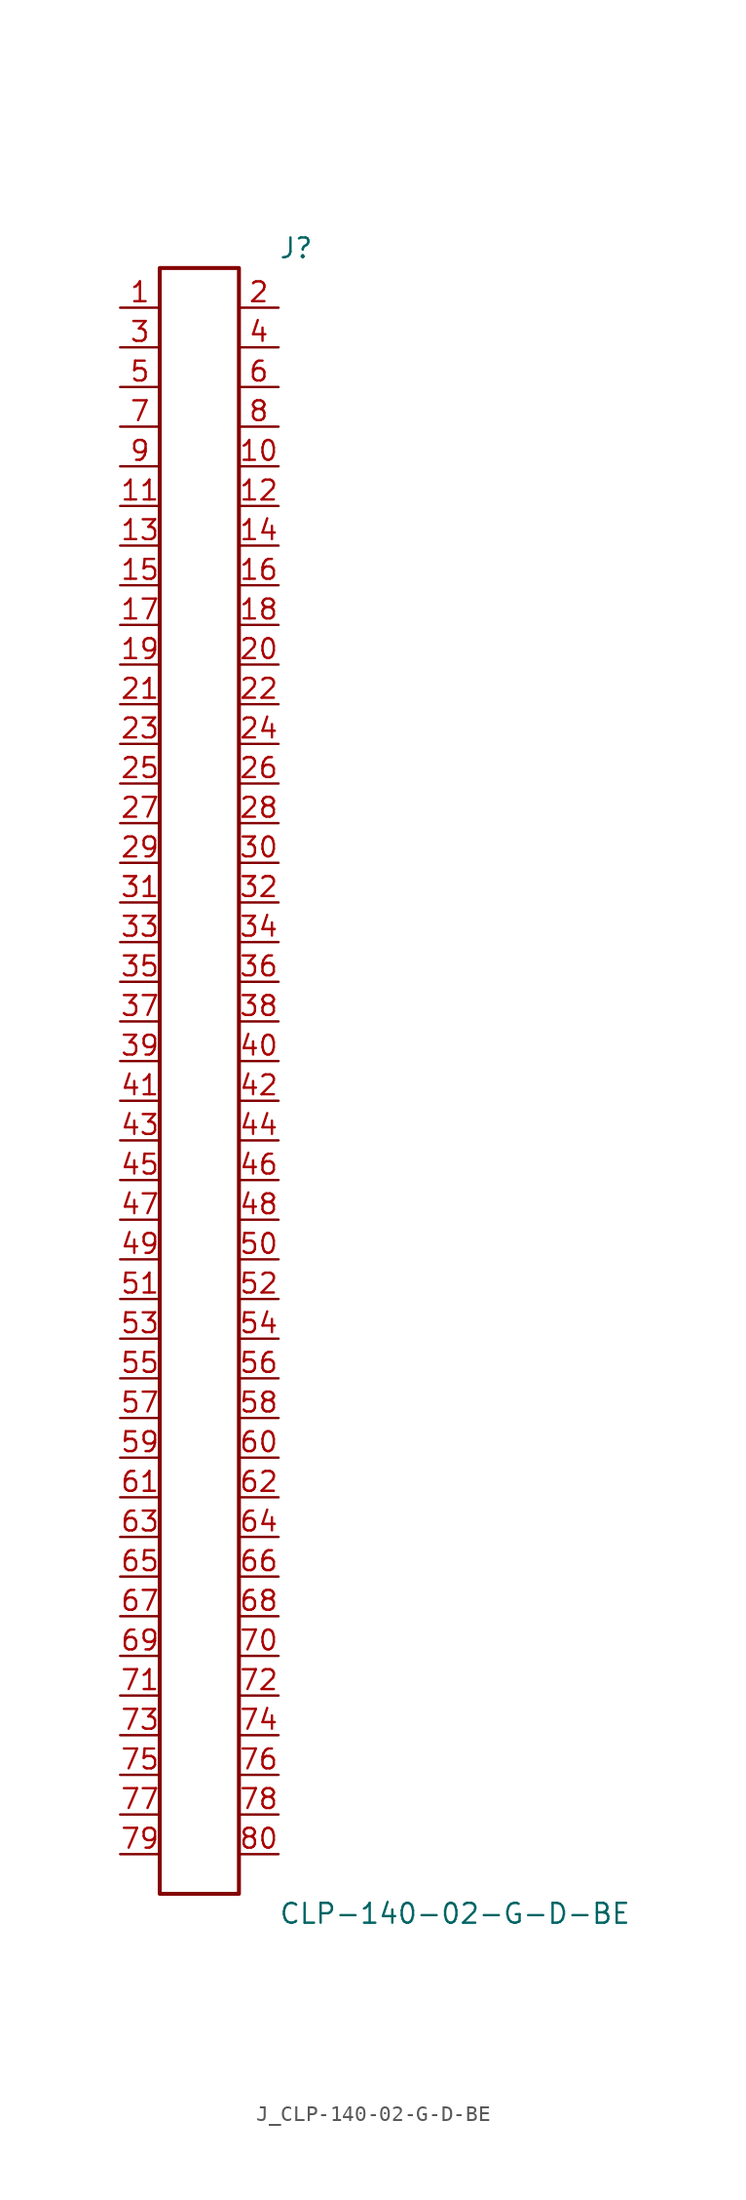
<source format=kicad_sym>
(kicad_symbol_lib
  (version 20231120)
  (generator kicad_symbol_editor)
  (generator_version 8.0)
  (symbol "J_CLP-140-02-G-D-BE"
    (pin_names
      (offset 0.254))
    (property "Reference" "J"
      (at 5.08 53.34 0)
      (effects (font (size 1.27 1.27)) (justify left)))
    (property "Value" "CLP-140-02-G-D-BE"
      (at 5.08 -53.34 0)
      (effects (font (size 1.27 1.27)) (justify left)))
    (symbol "J_CLP-140-02-G-D-BE_0_0"
      (pin passive line (at -5.08 49.53 0) (length 2.54) (name "" (effects (font (size 1.27 1.27)))) (number "1" (effects (font (size 1.27 1.27)))))
      (pin passive line (at 5.08 49.53 180) (length 2.54) (name "" (effects (font (size 1.27 1.27)))) (number "2" (effects (font (size 1.27 1.27)))))
      (pin passive line (at -5.08 46.99 0) (length 2.54) (name "" (effects (font (size 1.27 1.27)))) (number "3" (effects (font (size 1.27 1.27)))))
      (pin passive line (at 5.08 46.99 180) (length 2.54) (name "" (effects (font (size 1.27 1.27)))) (number "4" (effects (font (size 1.27 1.27)))))
      (pin passive line (at -5.08 44.45 0) (length 2.54) (name "" (effects (font (size 1.27 1.27)))) (number "5" (effects (font (size 1.27 1.27)))))
      (pin passive line (at 5.08 44.45 180) (length 2.54) (name "" (effects (font (size 1.27 1.27)))) (number "6" (effects (font (size 1.27 1.27)))))
      (pin passive line (at -5.08 41.91 0) (length 2.54) (name "" (effects (font (size 1.27 1.27)))) (number "7" (effects (font (size 1.27 1.27)))))
      (pin passive line (at 5.08 41.91 180) (length 2.54) (name "" (effects (font (size 1.27 1.27)))) (number "8" (effects (font (size 1.27 1.27)))))
      (pin passive line (at -5.08 39.37 0) (length 2.54) (name "" (effects (font (size 1.27 1.27)))) (number "9" (effects (font (size 1.27 1.27)))))
      (pin passive line (at 5.08 39.37 180) (length 2.54) (name "" (effects (font (size 1.27 1.27)))) (number "10" (effects (font (size 1.27 1.27)))))
      (pin passive line (at -5.08 36.83 0) (length 2.54) (name "" (effects (font (size 1.27 1.27)))) (number "11" (effects (font (size 1.27 1.27)))))
      (pin passive line (at 5.08 36.83 180) (length 2.54) (name "" (effects (font (size 1.27 1.27)))) (number "12" (effects (font (size 1.27 1.27)))))
      (pin passive line (at -5.08 34.29 0) (length 2.54) (name "" (effects (font (size 1.27 1.27)))) (number "13" (effects (font (size 1.27 1.27)))))
      (pin passive line (at 5.08 34.29 180) (length 2.54) (name "" (effects (font (size 1.27 1.27)))) (number "14" (effects (font (size 1.27 1.27)))))
      (pin passive line (at -5.08 31.75 0) (length 2.54) (name "" (effects (font (size 1.27 1.27)))) (number "15" (effects (font (size 1.27 1.27)))))
      (pin passive line (at 5.08 31.75 180) (length 2.54) (name "" (effects (font (size 1.27 1.27)))) (number "16" (effects (font (size 1.27 1.27)))))
      (pin passive line (at -5.08 29.21 0) (length 2.54) (name "" (effects (font (size 1.27 1.27)))) (number "17" (effects (font (size 1.27 1.27)))))
      (pin passive line (at 5.08 29.21 180) (length 2.54) (name "" (effects (font (size 1.27 1.27)))) (number "18" (effects (font (size 1.27 1.27)))))
      (pin passive line (at -5.08 26.67 0) (length 2.54) (name "" (effects (font (size 1.27 1.27)))) (number "19" (effects (font (size 1.27 1.27)))))
      (pin passive line (at 5.08 26.67 180) (length 2.54) (name "" (effects (font (size 1.27 1.27)))) (number "20" (effects (font (size 1.27 1.27)))))
      (pin passive line (at -5.08 24.13 0) (length 2.54) (name "" (effects (font (size 1.27 1.27)))) (number "21" (effects (font (size 1.27 1.27)))))
      (pin passive line (at 5.08 24.13 180) (length 2.54) (name "" (effects (font (size 1.27 1.27)))) (number "22" (effects (font (size 1.27 1.27)))))
      (pin passive line (at -5.08 21.59 0) (length 2.54) (name "" (effects (font (size 1.27 1.27)))) (number "23" (effects (font (size 1.27 1.27)))))
      (pin passive line (at 5.08 21.59 180) (length 2.54) (name "" (effects (font (size 1.27 1.27)))) (number "24" (effects (font (size 1.27 1.27)))))
      (pin passive line (at -5.08 19.05 0) (length 2.54) (name "" (effects (font (size 1.27 1.27)))) (number "25" (effects (font (size 1.27 1.27)))))
      (pin passive line (at 5.08 19.05 180) (length 2.54) (name "" (effects (font (size 1.27 1.27)))) (number "26" (effects (font (size 1.27 1.27)))))
      (pin passive line (at -5.08 16.51 0) (length 2.54) (name "" (effects (font (size 1.27 1.27)))) (number "27" (effects (font (size 1.27 1.27)))))
      (pin passive line (at 5.08 16.51 180) (length 2.54) (name "" (effects (font (size 1.27 1.27)))) (number "28" (effects (font (size 1.27 1.27)))))
      (pin passive line (at -5.08 13.97 0) (length 2.54) (name "" (effects (font (size 1.27 1.27)))) (number "29" (effects (font (size 1.27 1.27)))))
      (pin passive line (at 5.08 13.97 180) (length 2.54) (name "" (effects (font (size 1.27 1.27)))) (number "30" (effects (font (size 1.27 1.27)))))
      (pin passive line (at -5.08 11.43 0) (length 2.54) (name "" (effects (font (size 1.27 1.27)))) (number "31" (effects (font (size 1.27 1.27)))))
      (pin passive line (at 5.08 11.43 180) (length 2.54) (name "" (effects (font (size 1.27 1.27)))) (number "32" (effects (font (size 1.27 1.27)))))
      (pin passive line (at -5.08 8.89 0) (length 2.54) (name "" (effects (font (size 1.27 1.27)))) (number "33" (effects (font (size 1.27 1.27)))))
      (pin passive line (at 5.08 8.89 180) (length 2.54) (name "" (effects (font (size 1.27 1.27)))) (number "34" (effects (font (size 1.27 1.27)))))
      (pin passive line (at -5.08 6.35 0) (length 2.54) (name "" (effects (font (size 1.27 1.27)))) (number "35" (effects (font (size 1.27 1.27)))))
      (pin passive line (at 5.08 6.35 180) (length 2.54) (name "" (effects (font (size 1.27 1.27)))) (number "36" (effects (font (size 1.27 1.27)))))
      (pin passive line (at -5.08 3.81 0) (length 2.54) (name "" (effects (font (size 1.27 1.27)))) (number "37" (effects (font (size 1.27 1.27)))))
      (pin passive line (at 5.08 3.81 180) (length 2.54) (name "" (effects (font (size 1.27 1.27)))) (number "38" (effects (font (size 1.27 1.27)))))
      (pin passive line (at -5.08 1.27 0) (length 2.54) (name "" (effects (font (size 1.27 1.27)))) (number "39" (effects (font (size 1.27 1.27)))))
      (pin passive line (at 5.08 1.27 180) (length 2.54) (name "" (effects (font (size 1.27 1.27)))) (number "40" (effects (font (size 1.27 1.27)))))
      (pin passive line (at -5.08 -1.27 0) (length 2.54) (name "" (effects (font (size 1.27 1.27)))) (number "41" (effects (font (size 1.27 1.27)))))
      (pin passive line (at 5.08 -1.27 180) (length 2.54) (name "" (effects (font (size 1.27 1.27)))) (number "42" (effects (font (size 1.27 1.27)))))
      (pin passive line (at -5.08 -3.81 0) (length 2.54) (name "" (effects (font (size 1.27 1.27)))) (number "43" (effects (font (size 1.27 1.27)))))
      (pin passive line (at 5.08 -3.81 180) (length 2.54) (name "" (effects (font (size 1.27 1.27)))) (number "44" (effects (font (size 1.27 1.27)))))
      (pin passive line (at -5.08 -6.35 0) (length 2.54) (name "" (effects (font (size 1.27 1.27)))) (number "45" (effects (font (size 1.27 1.27)))))
      (pin passive line (at 5.08 -6.35 180) (length 2.54) (name "" (effects (font (size 1.27 1.27)))) (number "46" (effects (font (size 1.27 1.27)))))
      (pin passive line (at -5.08 -8.89 0) (length 2.54) (name "" (effects (font (size 1.27 1.27)))) (number "47" (effects (font (size 1.27 1.27)))))
      (pin passive line (at 5.08 -8.89 180) (length 2.54) (name "" (effects (font (size 1.27 1.27)))) (number "48" (effects (font (size 1.27 1.27)))))
      (pin passive line (at -5.08 -11.43 0) (length 2.54) (name "" (effects (font (size 1.27 1.27)))) (number "49" (effects (font (size 1.27 1.27)))))
      (pin passive line (at 5.08 -11.43 180) (length 2.54) (name "" (effects (font (size 1.27 1.27)))) (number "50" (effects (font (size 1.27 1.27)))))
      (pin passive line (at -5.08 -13.97 0) (length 2.54) (name "" (effects (font (size 1.27 1.27)))) (number "51" (effects (font (size 1.27 1.27)))))
      (pin passive line (at 5.08 -13.97 180) (length 2.54) (name "" (effects (font (size 1.27 1.27)))) (number "52" (effects (font (size 1.27 1.27)))))
      (pin passive line (at -5.08 -16.51 0) (length 2.54) (name "" (effects (font (size 1.27 1.27)))) (number "53" (effects (font (size 1.27 1.27)))))
      (pin passive line (at 5.08 -16.51 180) (length 2.54) (name "" (effects (font (size 1.27 1.27)))) (number "54" (effects (font (size 1.27 1.27)))))
      (pin passive line (at -5.08 -19.05 0) (length 2.54) (name "" (effects (font (size 1.27 1.27)))) (number "55" (effects (font (size 1.27 1.27)))))
      (pin passive line (at 5.08 -19.05 180) (length 2.54) (name "" (effects (font (size 1.27 1.27)))) (number "56" (effects (font (size 1.27 1.27)))))
      (pin passive line (at -5.08 -21.59 0) (length 2.54) (name "" (effects (font (size 1.27 1.27)))) (number "57" (effects (font (size 1.27 1.27)))))
      (pin passive line (at 5.08 -21.59 180) (length 2.54) (name "" (effects (font (size 1.27 1.27)))) (number "58" (effects (font (size 1.27 1.27)))))
      (pin passive line (at -5.08 -24.13 0) (length 2.54) (name "" (effects (font (size 1.27 1.27)))) (number "59" (effects (font (size 1.27 1.27)))))
      (pin passive line (at 5.08 -24.13 180) (length 2.54) (name "" (effects (font (size 1.27 1.27)))) (number "60" (effects (font (size 1.27 1.27)))))
      (pin passive line (at -5.08 -26.67 0) (length 2.54) (name "" (effects (font (size 1.27 1.27)))) (number "61" (effects (font (size 1.27 1.27)))))
      (pin passive line (at 5.08 -26.67 180) (length 2.54) (name "" (effects (font (size 1.27 1.27)))) (number "62" (effects (font (size 1.27 1.27)))))
      (pin passive line (at -5.08 -29.21 0) (length 2.54) (name "" (effects (font (size 1.27 1.27)))) (number "63" (effects (font (size 1.27 1.27)))))
      (pin passive line (at 5.08 -29.21 180) (length 2.54) (name "" (effects (font (size 1.27 1.27)))) (number "64" (effects (font (size 1.27 1.27)))))
      (pin passive line (at -5.08 -31.75 0) (length 2.54) (name "" (effects (font (size 1.27 1.27)))) (number "65" (effects (font (size 1.27 1.27)))))
      (pin passive line (at 5.08 -31.75 180) (length 2.54) (name "" (effects (font (size 1.27 1.27)))) (number "66" (effects (font (size 1.27 1.27)))))
      (pin passive line (at -5.08 -34.29 0) (length 2.54) (name "" (effects (font (size 1.27 1.27)))) (number "67" (effects (font (size 1.27 1.27)))))
      (pin passive line (at 5.08 -34.29 180) (length 2.54) (name "" (effects (font (size 1.27 1.27)))) (number "68" (effects (font (size 1.27 1.27)))))
      (pin passive line (at -5.08 -36.83 0) (length 2.54) (name "" (effects (font (size 1.27 1.27)))) (number "69" (effects (font (size 1.27 1.27)))))
      (pin passive line (at 5.08 -36.83 180) (length 2.54) (name "" (effects (font (size 1.27 1.27)))) (number "70" (effects (font (size 1.27 1.27)))))
      (pin passive line (at -5.08 -39.37 0) (length 2.54) (name "" (effects (font (size 1.27 1.27)))) (number "71" (effects (font (size 1.27 1.27)))))
      (pin passive line (at 5.08 -39.37 180) (length 2.54) (name "" (effects (font (size 1.27 1.27)))) (number "72" (effects (font (size 1.27 1.27)))))
      (pin passive line (at -5.08 -41.91 0) (length 2.54) (name "" (effects (font (size 1.27 1.27)))) (number "73" (effects (font (size 1.27 1.27)))))
      (pin passive line (at 5.08 -41.91 180) (length 2.54) (name "" (effects (font (size 1.27 1.27)))) (number "74" (effects (font (size 1.27 1.27)))))
      (pin passive line (at -5.08 -44.45 0) (length 2.54) (name "" (effects (font (size 1.27 1.27)))) (number "75" (effects (font (size 1.27 1.27)))))
      (pin passive line (at 5.08 -44.45 180) (length 2.54) (name "" (effects (font (size 1.27 1.27)))) (number "76" (effects (font (size 1.27 1.27)))))
      (pin passive line (at -5.08 -46.99 0) (length 2.54) (name "" (effects (font (size 1.27 1.27)))) (number "77" (effects (font (size 1.27 1.27)))))
      (pin passive line (at 5.08 -46.99 180) (length 2.54) (name "" (effects (font (size 1.27 1.27)))) (number "78" (effects (font (size 1.27 1.27)))))
      (pin passive line (at -5.08 -49.53 0) (length 2.54) (name "" (effects (font (size 1.27 1.27)))) (number "79" (effects (font (size 1.27 1.27)))))
      (pin passive line (at 5.08 -49.53 180) (length 2.54) (name "" (effects (font (size 1.27 1.27)))) (number "80" (effects (font (size 1.27 1.27))))))
    (symbol "J_CLP-140-02-G-D-BE_1_0"
      (rectangle (start -2.54 52.07) (end 2.54 -52.07) (stroke (width 0.254) (type solid)) (fill (type none))))))
</source>
